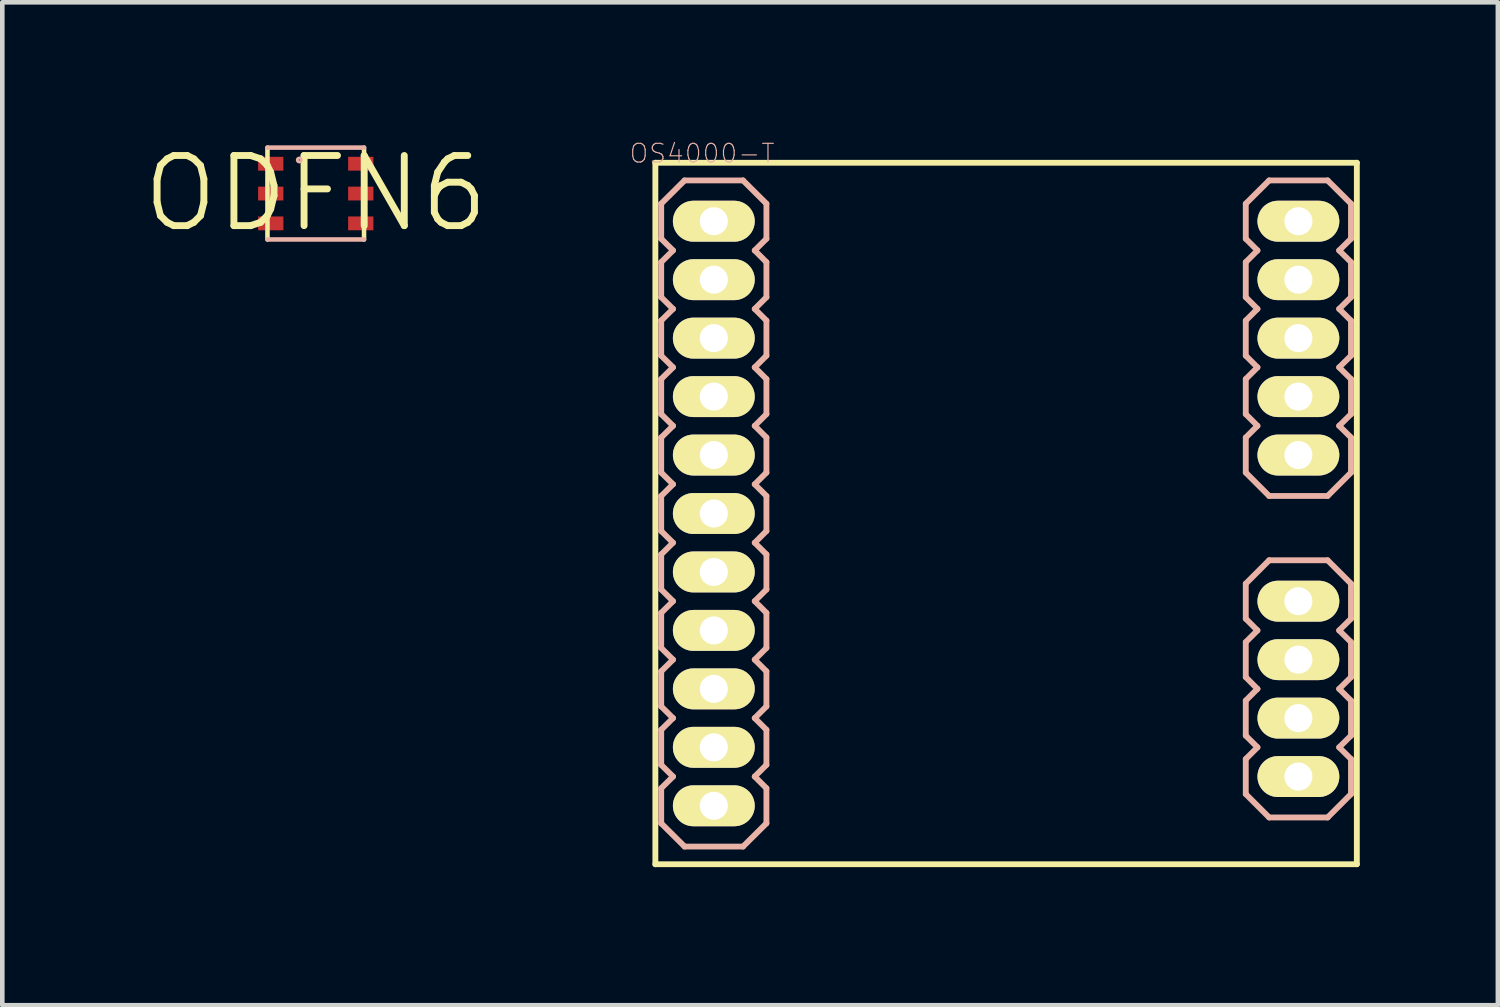
<source format=kicad_pcb>
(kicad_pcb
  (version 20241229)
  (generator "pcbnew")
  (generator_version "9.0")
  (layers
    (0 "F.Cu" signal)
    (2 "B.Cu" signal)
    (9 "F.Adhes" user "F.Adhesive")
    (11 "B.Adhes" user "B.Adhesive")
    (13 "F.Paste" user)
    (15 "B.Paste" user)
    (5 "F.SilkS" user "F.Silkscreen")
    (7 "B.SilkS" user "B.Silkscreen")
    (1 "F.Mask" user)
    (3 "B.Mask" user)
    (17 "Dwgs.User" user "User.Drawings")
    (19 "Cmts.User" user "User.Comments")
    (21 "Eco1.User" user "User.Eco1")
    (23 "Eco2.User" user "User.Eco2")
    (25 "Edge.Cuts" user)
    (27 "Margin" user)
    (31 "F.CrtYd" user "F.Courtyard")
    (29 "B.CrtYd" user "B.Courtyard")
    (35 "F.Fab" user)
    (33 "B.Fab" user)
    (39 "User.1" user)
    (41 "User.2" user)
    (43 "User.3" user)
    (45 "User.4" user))
  (footprint "OS4000-T"
    (layer "F.Cu")
    (at 18.808 8.106)
    (property "Reference" "OS4000-T" (at -6.604 -7.823 0) (layer "B.SilkS") (effects (font (size 0.406 0.406) (thickness 0.025))))
    (attr exclude_from_pos_files exclude_from_bom)
    (fp_line (start -7.62 -7.62) (end 7.62 -7.62) (stroke (width 0.127) (type solid)) (layer "F.SilkS"))
    (fp_line (start -7.62 7.62) (end -7.62 -7.62) (stroke (width 0.127) (type solid)) (layer "F.SilkS"))
    (fp_line (start 7.62 -7.62) (end 7.62 7.62) (stroke (width 0.127) (type solid)) (layer "F.SilkS"))
    (fp_line (start 7.62 7.62) (end -7.62 7.62) (stroke (width 0.127) (type solid)) (layer "F.SilkS"))
    (fp_line (start -7.493 -6.731) (end -7.493 -5.969) (stroke (width 0.127) (type solid)) (layer "B.SilkS"))
    (fp_line (start -7.493 -5.969) (end -7.236 -5.715) (stroke (width 0.127) (type solid)) (layer "B.SilkS"))
    (fp_line (start -7.493 -5.461) (end -7.493 -4.699) (stroke (width 0.127) (type solid)) (layer "B.SilkS"))
    (fp_line (start -7.493 -4.699) (end -7.236 -4.445) (stroke (width 0.127) (type solid)) (layer "B.SilkS"))
    (fp_line (start -7.493 -4.191) (end -7.493 -3.429) (stroke (width 0.127) (type solid)) (layer "B.SilkS"))
    (fp_line (start -7.493 -3.429) (end -7.236 -3.175) (stroke (width 0.127) (type solid)) (layer "B.SilkS"))
    (fp_line (start -7.493 -2.921) (end -7.493 -2.159) (stroke (width 0.127) (type solid)) (layer "B.SilkS"))
    (fp_line (start -7.493 -2.159) (end -7.236 -1.905) (stroke (width 0.127) (type solid)) (layer "B.SilkS"))
    (fp_line (start -7.493 -1.651) (end -7.493 -0.889) (stroke (width 0.127) (type solid)) (layer "B.SilkS"))
    (fp_line (start -7.493 -0.889) (end -7.236 -0.635) (stroke (width 0.127) (type solid)) (layer "B.SilkS"))
    (fp_line (start -7.493 -0.381) (end -7.493 0.381) (stroke (width 0.127) (type solid)) (layer "B.SilkS"))
    (fp_line (start -7.493 0.381) (end -7.236 0.635) (stroke (width 0.127) (type solid)) (layer "B.SilkS"))
    (fp_line (start -7.493 0.889) (end -7.493 1.651) (stroke (width 0.127) (type solid)) (layer "B.SilkS"))
    (fp_line (start -7.493 1.651) (end -7.236 1.905) (stroke (width 0.127) (type solid)) (layer "B.SilkS"))
    (fp_line (start -7.493 2.159) (end -7.493 2.921) (stroke (width 0.127) (type solid)) (layer "B.SilkS"))
    (fp_line (start -7.493 2.921) (end -7.236 3.175) (stroke (width 0.127) (type solid)) (layer "B.SilkS"))
    (fp_line (start -7.493 3.429) (end -7.493 4.191) (stroke (width 0.127) (type solid)) (layer "B.SilkS"))
    (fp_line (start -7.493 4.191) (end -7.236 4.445) (stroke (width 0.127) (type solid)) (layer "B.SilkS"))
    (fp_line (start -7.493 4.699) (end -7.493 5.461) (stroke (width 0.127) (type solid)) (layer "B.SilkS"))
    (fp_line (start -7.493 5.461) (end -7.236 5.715) (stroke (width 0.127) (type solid)) (layer "B.SilkS"))
    (fp_line (start -7.493 5.969) (end -7.493 6.731) (stroke (width 0.127) (type solid)) (layer "B.SilkS"))
    (fp_line (start -7.493 6.731) (end -6.985 7.236) (stroke (width 0.127) (type solid)) (layer "B.SilkS"))
    (fp_line (start -7.236 -5.715) (end -7.493 -5.461) (stroke (width 0.127) (type solid)) (layer "B.SilkS"))
    (fp_line (start -7.236 -4.445) (end -7.493 -4.191) (stroke (width 0.127) (type solid)) (layer "B.SilkS"))
    (fp_line (start -7.236 -3.175) (end -7.493 -2.921) (stroke (width 0.127) (type solid)) (layer "B.SilkS"))
    (fp_line (start -7.236 -1.905) (end -7.493 -1.651) (stroke (width 0.127) (type solid)) (layer "B.SilkS"))
    (fp_line (start -7.236 -0.635) (end -7.493 -0.381) (stroke (width 0.127) (type solid)) (layer "B.SilkS"))
    (fp_line (start -7.236 0.635) (end -7.493 0.889) (stroke (width 0.127) (type solid)) (layer "B.SilkS"))
    (fp_line (start -7.236 1.905) (end -7.493 2.159) (stroke (width 0.127) (type solid)) (layer "B.SilkS"))
    (fp_line (start -7.236 3.175) (end -7.493 3.429) (stroke (width 0.127) (type solid)) (layer "B.SilkS"))
    (fp_line (start -7.236 4.445) (end -7.493 4.699) (stroke (width 0.127) (type solid)) (layer "B.SilkS"))
    (fp_line (start -7.236 5.715) (end -7.493 5.969) (stroke (width 0.127) (type solid)) (layer "B.SilkS"))
    (fp_line (start -6.985 -7.236) (end -7.493 -6.731) (stroke (width 0.127) (type solid)) (layer "B.SilkS"))
    (fp_line (start -6.985 7.236) (end -5.715 7.236) (stroke (width 0.127) (type solid)) (layer "B.SilkS"))
    (fp_line (start -5.715 -7.236) (end -6.985 -7.236) (stroke (width 0.127) (type solid)) (layer "B.SilkS"))
    (fp_line (start -5.715 7.236) (end -5.207 6.731) (stroke (width 0.127) (type solid)) (layer "B.SilkS"))
    (fp_line (start -5.461 -5.715) (end -5.207 -5.969) (stroke (width 0.127) (type solid)) (layer "B.SilkS"))
    (fp_line (start -5.461 -4.445) (end -5.207 -4.699) (stroke (width 0.127) (type solid)) (layer "B.SilkS"))
    (fp_line (start -5.461 -3.175) (end -5.207 -3.429) (stroke (width 0.127) (type solid)) (layer "B.SilkS"))
    (fp_line (start -5.461 -1.905) (end -5.207 -2.159) (stroke (width 0.127) (type solid)) (layer "B.SilkS"))
    (fp_line (start -5.461 -0.635) (end -5.207 -0.889) (stroke (width 0.127) (type solid)) (layer "B.SilkS"))
    (fp_line (start -5.461 0.635) (end -5.207 0.381) (stroke (width 0.127) (type solid)) (layer "B.SilkS"))
    (fp_line (start -5.461 1.905) (end -5.207 1.651) (stroke (width 0.127) (type solid)) (layer "B.SilkS"))
    (fp_line (start -5.461 3.175) (end -5.207 2.921) (stroke (width 0.127) (type solid)) (layer "B.SilkS"))
    (fp_line (start -5.461 4.445) (end -5.207 4.191) (stroke (width 0.127) (type solid)) (layer "B.SilkS"))
    (fp_line (start -5.461 5.715) (end -5.207 5.461) (stroke (width 0.127) (type solid)) (layer "B.SilkS"))
    (fp_line (start -5.207 -6.731) (end -5.715 -7.236) (stroke (width 0.127) (type solid)) (layer "B.SilkS"))
    (fp_line (start -5.207 -5.969) (end -5.207 -6.731) (stroke (width 0.127) (type solid)) (layer "B.SilkS"))
    (fp_line (start -5.207 -5.461) (end -5.461 -5.715) (stroke (width 0.127) (type solid)) (layer "B.SilkS"))
    (fp_line (start -5.207 -4.699) (end -5.207 -5.461) (stroke (width 0.127) (type solid)) (layer "B.SilkS"))
    (fp_line (start -5.207 -4.191) (end -5.461 -4.445) (stroke (width 0.127) (type solid)) (layer "B.SilkS"))
    (fp_line (start -5.207 -3.429) (end -5.207 -4.191) (stroke (width 0.127) (type solid)) (layer "B.SilkS"))
    (fp_line (start -5.207 -2.921) (end -5.461 -3.175) (stroke (width 0.127) (type solid)) (layer "B.SilkS"))
    (fp_line (start -5.207 -2.159) (end -5.207 -2.921) (stroke (width 0.127) (type solid)) (layer "B.SilkS"))
    (fp_line (start -5.207 -1.651) (end -5.461 -1.905) (stroke (width 0.127) (type solid)) (layer "B.SilkS"))
    (fp_line (start -5.207 -0.889) (end -5.207 -1.651) (stroke (width 0.127) (type solid)) (layer "B.SilkS"))
    (fp_line (start -5.207 -0.381) (end -5.461 -0.635) (stroke (width 0.127) (type solid)) (layer "B.SilkS"))
    (fp_line (start -5.207 0.381) (end -5.207 -0.381) (stroke (width 0.127) (type solid)) (layer "B.SilkS"))
    (fp_line (start -5.207 0.889) (end -5.461 0.635) (stroke (width 0.127) (type solid)) (layer "B.SilkS"))
    (fp_line (start -5.207 1.651) (end -5.207 0.889) (stroke (width 0.127) (type solid)) (layer "B.SilkS"))
    (fp_line (start -5.207 2.159) (end -5.461 1.905) (stroke (width 0.127) (type solid)) (layer "B.SilkS"))
    (fp_line (start -5.207 2.921) (end -5.207 2.159) (stroke (width 0.127) (type solid)) (layer "B.SilkS"))
    (fp_line (start -5.207 3.429) (end -5.461 3.175) (stroke (width 0.127) (type solid)) (layer "B.SilkS"))
    (fp_line (start -5.207 4.191) (end -5.207 3.429) (stroke (width 0.127) (type solid)) (layer "B.SilkS"))
    (fp_line (start -5.207 4.699) (end -5.461 4.445) (stroke (width 0.127) (type solid)) (layer "B.SilkS"))
    (fp_line (start -5.207 5.461) (end -5.207 4.699) (stroke (width 0.127) (type solid)) (layer "B.SilkS"))
    (fp_line (start -5.207 5.969) (end -5.461 5.715) (stroke (width 0.127) (type solid)) (layer "B.SilkS"))
    (fp_line (start -5.207 6.731) (end -5.207 5.969) (stroke (width 0.127) (type solid)) (layer "B.SilkS"))
    (fp_line (start 5.207 -6.731) (end 5.207 -5.969) (stroke (width 0.127) (type solid)) (layer "B.SilkS"))
    (fp_line (start 5.207 -6.731) (end 5.715 -7.236) (stroke (width 0.127) (type solid)) (layer "B.SilkS"))
    (fp_line (start 5.207 -5.969) (end 5.461 -5.715) (stroke (width 0.127) (type solid)) (layer "B.SilkS"))
    (fp_line (start 5.207 -5.461) (end 5.207 -4.699) (stroke (width 0.127) (type solid)) (layer "B.SilkS"))
    (fp_line (start 5.207 -4.699) (end 5.461 -4.445) (stroke (width 0.127) (type solid)) (layer "B.SilkS"))
    (fp_line (start 5.207 -4.191) (end 5.207 -3.429) (stroke (width 0.127) (type solid)) (layer "B.SilkS"))
    (fp_line (start 5.207 -3.429) (end 5.461 -3.175) (stroke (width 0.127) (type solid)) (layer "B.SilkS"))
    (fp_line (start 5.207 -2.921) (end 5.207 -2.159) (stroke (width 0.127) (type solid)) (layer "B.SilkS"))
    (fp_line (start 5.207 -2.159) (end 5.461 -1.905) (stroke (width 0.127) (type solid)) (layer "B.SilkS"))
    (fp_line (start 5.207 -1.651) (end 5.207 -0.889) (stroke (width 0.127) (type solid)) (layer "B.SilkS"))
    (fp_line (start 5.207 -0.889) (end 5.715 -0.381) (stroke (width 0.127) (type solid)) (layer "B.SilkS"))
    (fp_line (start 5.207 1.524) (end 5.207 2.286) (stroke (width 0.127) (type solid)) (layer "B.SilkS"))
    (fp_line (start 5.207 1.524) (end 5.715 1.016) (stroke (width 0.127) (type solid)) (layer "B.SilkS"))
    (fp_line (start 5.207 2.286) (end 5.461 2.54) (stroke (width 0.127) (type solid)) (layer "B.SilkS"))
    (fp_line (start 5.207 2.794) (end 5.207 3.556) (stroke (width 0.127) (type solid)) (layer "B.SilkS"))
    (fp_line (start 5.207 3.556) (end 5.461 3.81) (stroke (width 0.127) (type solid)) (layer "B.SilkS"))
    (fp_line (start 5.207 4.064) (end 5.207 4.826) (stroke (width 0.127) (type solid)) (layer "B.SilkS"))
    (fp_line (start 5.207 4.826) (end 5.461 5.08) (stroke (width 0.127) (type solid)) (layer "B.SilkS"))
    (fp_line (start 5.207 5.334) (end 5.207 6.096) (stroke (width 0.127) (type solid)) (layer "B.SilkS"))
    (fp_line (start 5.207 6.096) (end 5.715 6.604) (stroke (width 0.127) (type solid)) (layer "B.SilkS"))
    (fp_line (start 5.461 -5.715) (end 5.207 -5.461) (stroke (width 0.127) (type solid)) (layer "B.SilkS"))
    (fp_line (start 5.461 -4.445) (end 5.207 -4.191) (stroke (width 0.127) (type solid)) (layer "B.SilkS"))
    (fp_line (start 5.461 -3.175) (end 5.207 -2.921) (stroke (width 0.127) (type solid)) (layer "B.SilkS"))
    (fp_line (start 5.461 -1.905) (end 5.207 -1.651) (stroke (width 0.127) (type solid)) (layer "B.SilkS"))
    (fp_line (start 5.461 2.54) (end 5.207 2.794) (stroke (width 0.127) (type solid)) (layer "B.SilkS"))
    (fp_line (start 5.461 3.81) (end 5.207 4.064) (stroke (width 0.127) (type solid)) (layer "B.SilkS"))
    (fp_line (start 5.461 5.08) (end 5.207 5.334) (stroke (width 0.127) (type solid)) (layer "B.SilkS"))
    (fp_line (start 5.715 -7.236) (end 6.985 -7.236) (stroke (width 0.127) (type solid)) (layer "B.SilkS"))
    (fp_line (start 5.715 -0.381) (end 6.985 -0.381) (stroke (width 0.127) (type solid)) (layer "B.SilkS"))
    (fp_line (start 5.715 1.016) (end 6.985 1.016) (stroke (width 0.127) (type solid)) (layer "B.SilkS"))
    (fp_line (start 5.715 6.604) (end 6.985 6.604) (stroke (width 0.127) (type solid)) (layer "B.SilkS"))
    (fp_line (start 6.985 -7.236) (end 7.493 -6.731) (stroke (width 0.127) (type solid)) (layer "B.SilkS"))
    (fp_line (start 6.985 -0.381) (end 7.493 -0.889) (stroke (width 0.127) (type solid)) (layer "B.SilkS"))
    (fp_line (start 6.985 1.016) (end 7.493 1.524) (stroke (width 0.127) (type solid)) (layer "B.SilkS"))
    (fp_line (start 6.985 6.604) (end 7.493 6.096) (stroke (width 0.127) (type solid)) (layer "B.SilkS"))
    (fp_line (start 7.236 -5.715) (end 7.493 -5.969) (stroke (width 0.127) (type solid)) (layer "B.SilkS"))
    (fp_line (start 7.236 -4.445) (end 7.493 -4.699) (stroke (width 0.127) (type solid)) (layer "B.SilkS"))
    (fp_line (start 7.236 -3.175) (end 7.493 -3.429) (stroke (width 0.127) (type solid)) (layer "B.SilkS"))
    (fp_line (start 7.236 -1.905) (end 7.493 -2.159) (stroke (width 0.127) (type solid)) (layer "B.SilkS"))
    (fp_line (start 7.236 2.54) (end 7.493 2.286) (stroke (width 0.127) (type solid)) (layer "B.SilkS"))
    (fp_line (start 7.236 3.81) (end 7.493 3.556) (stroke (width 0.127) (type solid)) (layer "B.SilkS"))
    (fp_line (start 7.236 5.08) (end 7.493 4.826) (stroke (width 0.127) (type solid)) (layer "B.SilkS"))
    (fp_line (start 7.493 -5.969) (end 7.493 -6.731) (stroke (width 0.127) (type solid)) (layer "B.SilkS"))
    (fp_line (start 7.493 -5.461) (end 7.236 -5.715) (stroke (width 0.127) (type solid)) (layer "B.SilkS"))
    (fp_line (start 7.493 -4.699) (end 7.493 -5.461) (stroke (width 0.127) (type solid)) (layer "B.SilkS"))
    (fp_line (start 7.493 -4.191) (end 7.236 -4.445) (stroke (width 0.127) (type solid)) (layer "B.SilkS"))
    (fp_line (start 7.493 -3.429) (end 7.493 -4.191) (stroke (width 0.127) (type solid)) (layer "B.SilkS"))
    (fp_line (start 7.493 -2.921) (end 7.236 -3.175) (stroke (width 0.127) (type solid)) (layer "B.SilkS"))
    (fp_line (start 7.493 -2.159) (end 7.493 -2.921) (stroke (width 0.127) (type solid)) (layer "B.SilkS"))
    (fp_line (start 7.493 -1.651) (end 7.236 -1.905) (stroke (width 0.127) (type solid)) (layer "B.SilkS"))
    (fp_line (start 7.493 -0.889) (end 7.493 -1.651) (stroke (width 0.127) (type solid)) (layer "B.SilkS"))
    (fp_line (start 7.493 2.286) (end 7.493 1.524) (stroke (width 0.127) (type solid)) (layer "B.SilkS"))
    (fp_line (start 7.493 2.794) (end 7.236 2.54) (stroke (width 0.127) (type solid)) (layer "B.SilkS"))
    (fp_line (start 7.493 3.556) (end 7.493 2.794) (stroke (width 0.127) (type solid)) (layer "B.SilkS"))
    (fp_line (start 7.493 4.064) (end 7.236 3.81) (stroke (width 0.127) (type solid)) (layer "B.SilkS"))
    (fp_line (start 7.493 4.826) (end 7.493 4.064) (stroke (width 0.127) (type solid)) (layer "B.SilkS"))
    (fp_line (start 7.493 5.334) (end 7.236 5.08) (stroke (width 0.127) (type solid)) (layer "B.SilkS"))
    (fp_line (start 7.493 6.096) (end 7.493 5.334) (stroke (width 0.127) (type solid)) (layer "B.SilkS"))
    (pad "1" thru_hole oval (at -6.35 -6.35 90) (size 0.889 1.778) (drill 0.61) (layers "*.Cu" "F.Mask" "F.SilkS" "F.Paste"))
    (pad "2" thru_hole oval (at -6.35 -5.08 90) (size 0.889 1.778) (drill 0.61) (layers "*.Cu" "F.Mask" "F.SilkS" "F.Paste"))
    (pad "3" thru_hole oval (at -6.35 -3.81 90) (size 0.889 1.778) (drill 0.61) (layers "*.Cu" "F.Mask" "F.SilkS" "F.Paste"))
    (pad "4" thru_hole oval (at -6.35 -2.54 90) (size 0.889 1.778) (drill 0.61) (layers "*.Cu" "F.Mask" "F.SilkS" "F.Paste"))
    (pad "5" thru_hole oval (at -6.35 -1.27 90) (size 0.889 1.778) (drill 0.61) (layers "*.Cu" "F.Mask" "F.SilkS" "F.Paste"))
    (pad "6" thru_hole oval (at -6.35 0 90) (size 0.889 1.778) (drill 0.61) (layers "*.Cu" "F.Mask" "F.SilkS" "F.Paste"))
    (pad "7" thru_hole oval (at -6.35 1.27 90) (size 0.889 1.778) (drill 0.61) (layers "*.Cu" "F.Mask" "F.SilkS" "F.Paste"))
    (pad "8" thru_hole oval (at -6.35 2.54 90) (size 0.889 1.778) (drill 0.61) (layers "*.Cu" "F.Mask" "F.SilkS" "F.Paste"))
    (pad "9" thru_hole oval (at -6.35 3.81 90) (size 0.889 1.778) (drill 0.61) (layers "*.Cu" "F.Mask" "F.SilkS" "F.Paste"))
    (pad "10" thru_hole oval (at -6.35 5.08 90) (size 0.889 1.778) (drill 0.61) (layers "*.Cu" "F.Mask" "F.SilkS" "F.Paste"))
    (pad "11" thru_hole oval (at -6.35 6.35 90) (size 0.889 1.778) (drill 0.61) (layers "*.Cu" "F.Mask" "F.SilkS" "F.Paste"))
    (pad "12" thru_hole oval (at 6.35 5.715 90) (size 0.889 1.778) (drill 0.61) (layers "*.Cu" "F.Mask" "F.SilkS" "F.Paste"))
    (pad "13" thru_hole oval (at 6.35 4.445 90) (size 0.889 1.778) (drill 0.61) (layers "*.Cu" "F.Mask" "F.SilkS" "F.Paste"))
    (pad "14" thru_hole oval (at 6.35 3.175 90) (size 0.889 1.778) (drill 0.61) (layers "*.Cu" "F.Mask" "F.SilkS" "F.Paste"))
    (pad "15" thru_hole oval (at 6.35 1.905 90) (size 0.889 1.778) (drill 0.61) (layers "*.Cu" "F.Mask" "F.SilkS" "F.Paste"))
    (pad "16" thru_hole oval (at 6.35 -1.27 90) (size 0.889 1.778) (drill 0.61) (layers "*.Cu" "F.Mask" "F.SilkS" "F.Paste"))
    (pad "17" thru_hole oval (at 6.35 -2.54 90) (size 0.889 1.778) (drill 0.61) (layers "*.Cu" "F.Mask" "F.SilkS" "F.Paste"))
    (pad "18" thru_hole oval (at 6.35 -3.81 90) (size 0.889 1.778) (drill 0.61) (layers "*.Cu" "F.Mask" "F.SilkS" "F.Paste"))
    (pad "19" thru_hole oval (at 6.35 -5.08 90) (size 0.889 1.778) (drill 0.61) (layers "*.Cu" "F.Mask" "F.SilkS" "F.Paste"))
    (pad "20" thru_hole oval (at 6.35 -6.35 90) (size 0.889 1.778) (drill 0.61) (layers "*.Cu" "F.Mask" "F.SilkS" "F.Paste")))
  (footprint "ODFN6"
    (layer "F.Cu")
    (at 3.81 1.155)
    (property "Reference" "ODFN6" (at 0 0 0) (layer "F.SilkS") (effects (font (size 1.524 1.524) (thickness 0.15))))
    (attr smd)
    (fp_line (start -1.049 -0.998) (end -1.049 0.998) (stroke (width 0.099) (type solid)) (layer "F.SilkS"))
    (fp_line (start 1.049 0.998) (end 1.049 -0.998) (stroke (width 0.099) (type solid)) (layer "F.SilkS"))
    (fp_line (start -1.049 0.998) (end 1.049 0.998) (stroke (width 0.099) (type solid)) (layer "B.SilkS"))
    (fp_line (start 1.049 -0.998) (end -1.049 -0.998) (stroke (width 0.099) (type solid)) (layer "B.SilkS"))
    (fp_circle (center -0.358 -0.729) (end -0.389 -0.759) (stroke (width 0.064) (type solid)) (fill no) (layer "B.SilkS"))
    (pad "P$1" smd rect (at -0.978 -0.648 90) (size 0.3 0.549) (layers "F.Cu" "F.Mask" "F.Paste"))
    (pad "P$2" smd rect (at -0.978 0 90) (size 0.3 0.549) (layers "F.Cu" "F.Mask" "F.Paste"))
    (pad "P$3" smd rect (at -0.978 0.648 90) (size 0.3 0.549) (layers "F.Cu" "F.Mask" "F.Paste"))
    (pad "P$4" smd rect (at 0.978 0.648 90) (size 0.3 0.549) (layers "F.Cu" "F.Mask" "F.Paste"))
    (pad "P$5" smd rect (at 0.978 0 90) (size 0.3 0.549) (layers "F.Cu" "F.Mask" "F.Paste"))
    (pad "P$6" smd rect (at 0.978 -0.648 90) (size 0.3 0.549) (layers "F.Cu" "F.Mask" "F.Paste")))
  (gr_rect
    (start -3 -3)
    (end 29.492 18.789)
    (stroke (width 0.1) (type default))
    (fill no)
    (layer "Edge.Cuts")))
</source>
